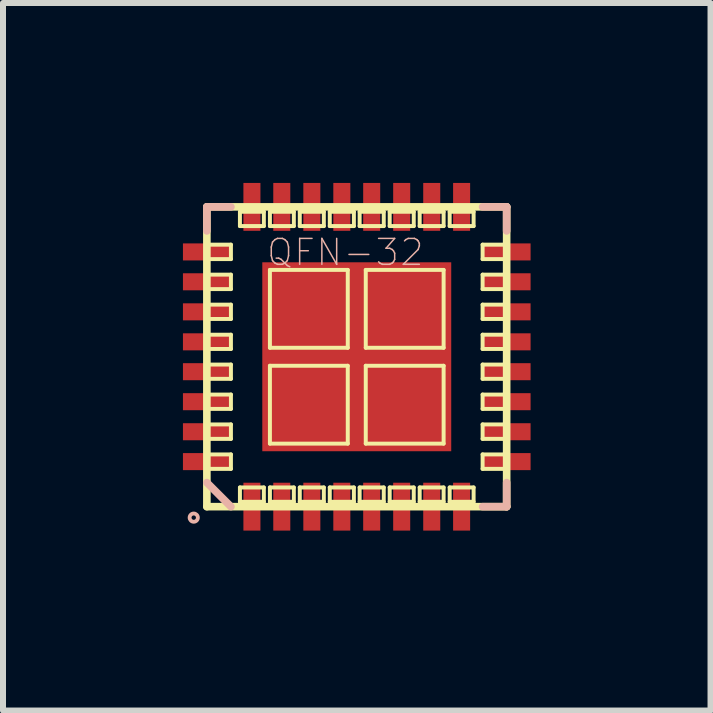
<source format=kicad_pcb>
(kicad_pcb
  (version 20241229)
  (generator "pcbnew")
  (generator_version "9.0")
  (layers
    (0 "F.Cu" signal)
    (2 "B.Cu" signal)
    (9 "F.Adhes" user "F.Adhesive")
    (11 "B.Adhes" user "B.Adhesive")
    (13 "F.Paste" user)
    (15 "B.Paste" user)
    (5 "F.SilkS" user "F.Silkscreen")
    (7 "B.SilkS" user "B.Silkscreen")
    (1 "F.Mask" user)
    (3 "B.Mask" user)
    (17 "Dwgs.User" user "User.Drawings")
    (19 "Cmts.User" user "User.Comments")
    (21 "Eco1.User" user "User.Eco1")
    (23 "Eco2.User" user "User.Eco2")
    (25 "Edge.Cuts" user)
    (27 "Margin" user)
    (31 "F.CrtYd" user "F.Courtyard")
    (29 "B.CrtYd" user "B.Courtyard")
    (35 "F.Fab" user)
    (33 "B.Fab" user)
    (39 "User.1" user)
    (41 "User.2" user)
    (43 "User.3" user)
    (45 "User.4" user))
  (footprint "QFN-32"
    (layer "F.Cu")
    (at 2.898 2.898)
    (property "Reference" "QFN-32" (at -0.191 -1.74 0) (layer "B.SilkS") (effects (font (size 0.432 0.432) (thickness 0.025))))
    (attr smd)
    (fp_line (start -2.499 -2.499) (end -2.499 2.499) (stroke (width 0.127) (type solid)) (layer "F.SilkS"))
    (fp_line (start -2.499 -1.869) (end -2.098 -1.869) (stroke (width 0.066) (type solid)) (layer "F.SilkS"))
    (fp_line (start -2.499 -1.628) (end -2.499 -1.869) (stroke (width 0.066) (type solid)) (layer "F.SilkS"))
    (fp_line (start -2.499 -1.628) (end -2.098 -1.628) (stroke (width 0.066) (type solid)) (layer "F.SilkS"))
    (fp_line (start -2.499 -1.369) (end -2.098 -1.369) (stroke (width 0.066) (type solid)) (layer "F.SilkS"))
    (fp_line (start -2.499 -1.128) (end -2.499 -1.369) (stroke (width 0.066) (type solid)) (layer "F.SilkS"))
    (fp_line (start -2.499 -1.128) (end -2.098 -1.128) (stroke (width 0.066) (type solid)) (layer "F.SilkS"))
    (fp_line (start -2.499 -0.869) (end -2.098 -0.869) (stroke (width 0.066) (type solid)) (layer "F.SilkS"))
    (fp_line (start -2.499 -0.63) (end -2.499 -0.869) (stroke (width 0.066) (type solid)) (layer "F.SilkS"))
    (fp_line (start -2.499 -0.63) (end -2.098 -0.63) (stroke (width 0.066) (type solid)) (layer "F.SilkS"))
    (fp_line (start -2.499 -0.368) (end -2.098 -0.368) (stroke (width 0.066) (type solid)) (layer "F.SilkS"))
    (fp_line (start -2.499 -0.13) (end -2.499 -0.368) (stroke (width 0.066) (type solid)) (layer "F.SilkS"))
    (fp_line (start -2.499 -0.13) (end -2.098 -0.13) (stroke (width 0.066) (type solid)) (layer "F.SilkS"))
    (fp_line (start -2.499 0.13) (end -2.098 0.13) (stroke (width 0.066) (type solid)) (layer "F.SilkS"))
    (fp_line (start -2.499 0.368) (end -2.499 0.13) (stroke (width 0.066) (type solid)) (layer "F.SilkS"))
    (fp_line (start -2.499 0.368) (end -2.098 0.368) (stroke (width 0.066) (type solid)) (layer "F.SilkS"))
    (fp_line (start -2.499 0.63) (end -2.098 0.63) (stroke (width 0.066) (type solid)) (layer "F.SilkS"))
    (fp_line (start -2.499 0.869) (end -2.499 0.63) (stroke (width 0.066) (type solid)) (layer "F.SilkS"))
    (fp_line (start -2.499 0.869) (end -2.098 0.869) (stroke (width 0.066) (type solid)) (layer "F.SilkS"))
    (fp_line (start -2.499 1.128) (end -2.098 1.128) (stroke (width 0.066) (type solid)) (layer "F.SilkS"))
    (fp_line (start -2.499 1.369) (end -2.499 1.128) (stroke (width 0.066) (type solid)) (layer "F.SilkS"))
    (fp_line (start -2.499 1.369) (end -2.098 1.369) (stroke (width 0.066) (type solid)) (layer "F.SilkS"))
    (fp_line (start -2.499 1.628) (end -2.098 1.628) (stroke (width 0.066) (type solid)) (layer "F.SilkS"))
    (fp_line (start -2.499 1.869) (end -2.499 1.628) (stroke (width 0.066) (type solid)) (layer "F.SilkS"))
    (fp_line (start -2.499 1.869) (end -2.098 1.869) (stroke (width 0.066) (type solid)) (layer "F.SilkS"))
    (fp_line (start -2.499 2.499) (end 2.499 2.499) (stroke (width 0.127) (type solid)) (layer "F.SilkS"))
    (fp_line (start -2.098 -1.628) (end -2.098 -1.869) (stroke (width 0.066) (type solid)) (layer "F.SilkS"))
    (fp_line (start -2.098 -1.128) (end -2.098 -1.369) (stroke (width 0.066) (type solid)) (layer "F.SilkS"))
    (fp_line (start -2.098 -0.63) (end -2.098 -0.869) (stroke (width 0.066) (type solid)) (layer "F.SilkS"))
    (fp_line (start -2.098 -0.13) (end -2.098 -0.368) (stroke (width 0.066) (type solid)) (layer "F.SilkS"))
    (fp_line (start -2.098 0.368) (end -2.098 0.13) (stroke (width 0.066) (type solid)) (layer "F.SilkS"))
    (fp_line (start -2.098 0.869) (end -2.098 0.63) (stroke (width 0.066) (type solid)) (layer "F.SilkS"))
    (fp_line (start -2.098 1.369) (end -2.098 1.128) (stroke (width 0.066) (type solid)) (layer "F.SilkS"))
    (fp_line (start -2.098 1.869) (end -2.098 1.628) (stroke (width 0.066) (type solid)) (layer "F.SilkS"))
    (fp_line (start -1.948 -2.418) (end -1.549 -2.418) (stroke (width 0.066) (type solid)) (layer "F.SilkS"))
    (fp_line (start -1.948 -2.179) (end -1.948 -2.418) (stroke (width 0.066) (type solid)) (layer "F.SilkS"))
    (fp_line (start -1.948 -2.179) (end -1.549 -2.179) (stroke (width 0.066) (type solid)) (layer "F.SilkS"))
    (fp_line (start -1.948 2.179) (end -1.549 2.179) (stroke (width 0.066) (type solid)) (layer "F.SilkS"))
    (fp_line (start -1.948 2.418) (end -1.948 2.179) (stroke (width 0.066) (type solid)) (layer "F.SilkS"))
    (fp_line (start -1.948 2.418) (end -1.549 2.418) (stroke (width 0.066) (type solid)) (layer "F.SilkS"))
    (fp_line (start -1.549 -2.179) (end -1.549 -2.418) (stroke (width 0.066) (type solid)) (layer "F.SilkS"))
    (fp_line (start -1.549 2.418) (end -1.549 2.179) (stroke (width 0.066) (type solid)) (layer "F.SilkS"))
    (fp_line (start -1.448 -2.418) (end -1.049 -2.418) (stroke (width 0.066) (type solid)) (layer "F.SilkS"))
    (fp_line (start -1.448 -2.179) (end -1.448 -2.418) (stroke (width 0.066) (type solid)) (layer "F.SilkS"))
    (fp_line (start -1.448 -2.179) (end -1.049 -2.179) (stroke (width 0.066) (type solid)) (layer "F.SilkS"))
    (fp_line (start -1.448 -1.448) (end -0.15 -1.448) (stroke (width 0.066) (type solid)) (layer "F.SilkS"))
    (fp_line (start -1.448 -0.15) (end -1.448 -1.448) (stroke (width 0.066) (type solid)) (layer "F.SilkS"))
    (fp_line (start -1.448 -0.15) (end -0.15 -0.15) (stroke (width 0.066) (type solid)) (layer "F.SilkS"))
    (fp_line (start -1.448 0.15) (end -0.15 0.15) (stroke (width 0.066) (type solid)) (layer "F.SilkS"))
    (fp_line (start -1.448 1.448) (end -1.448 0.15) (stroke (width 0.066) (type solid)) (layer "F.SilkS"))
    (fp_line (start -1.448 1.448) (end -0.15 1.448) (stroke (width 0.066) (type solid)) (layer "F.SilkS"))
    (fp_line (start -1.448 2.179) (end -1.049 2.179) (stroke (width 0.066) (type solid)) (layer "F.SilkS"))
    (fp_line (start -1.448 2.418) (end -1.448 2.179) (stroke (width 0.066) (type solid)) (layer "F.SilkS"))
    (fp_line (start -1.448 2.418) (end -1.049 2.418) (stroke (width 0.066) (type solid)) (layer "F.SilkS"))
    (fp_line (start -1.049 -2.179) (end -1.049 -2.418) (stroke (width 0.066) (type solid)) (layer "F.SilkS"))
    (fp_line (start -1.049 2.418) (end -1.049 2.179) (stroke (width 0.066) (type solid)) (layer "F.SilkS"))
    (fp_line (start -0.95 -2.418) (end -0.549 -2.418) (stroke (width 0.066) (type solid)) (layer "F.SilkS"))
    (fp_line (start -0.95 -2.179) (end -0.95 -2.418) (stroke (width 0.066) (type solid)) (layer "F.SilkS"))
    (fp_line (start -0.95 -2.179) (end -0.549 -2.179) (stroke (width 0.066) (type solid)) (layer "F.SilkS"))
    (fp_line (start -0.95 2.179) (end -0.549 2.179) (stroke (width 0.066) (type solid)) (layer "F.SilkS"))
    (fp_line (start -0.95 2.418) (end -0.95 2.179) (stroke (width 0.066) (type solid)) (layer "F.SilkS"))
    (fp_line (start -0.95 2.418) (end -0.549 2.418) (stroke (width 0.066) (type solid)) (layer "F.SilkS"))
    (fp_line (start -0.549 -2.179) (end -0.549 -2.418) (stroke (width 0.066) (type solid)) (layer "F.SilkS"))
    (fp_line (start -0.549 2.418) (end -0.549 2.179) (stroke (width 0.066) (type solid)) (layer "F.SilkS"))
    (fp_line (start -0.45 -2.418) (end -0.048 -2.418) (stroke (width 0.066) (type solid)) (layer "F.SilkS"))
    (fp_line (start -0.45 -2.179) (end -0.45 -2.418) (stroke (width 0.066) (type solid)) (layer "F.SilkS"))
    (fp_line (start -0.45 -2.179) (end -0.048 -2.179) (stroke (width 0.066) (type solid)) (layer "F.SilkS"))
    (fp_line (start -0.45 2.179) (end -0.048 2.179) (stroke (width 0.066) (type solid)) (layer "F.SilkS"))
    (fp_line (start -0.45 2.418) (end -0.45 2.179) (stroke (width 0.066) (type solid)) (layer "F.SilkS"))
    (fp_line (start -0.45 2.418) (end -0.048 2.418) (stroke (width 0.066) (type solid)) (layer "F.SilkS"))
    (fp_line (start -0.15 -0.15) (end -0.15 -1.448) (stroke (width 0.066) (type solid)) (layer "F.SilkS"))
    (fp_line (start -0.15 1.448) (end -0.15 0.15) (stroke (width 0.066) (type solid)) (layer "F.SilkS"))
    (fp_line (start -0.048 -2.179) (end -0.048 -2.418) (stroke (width 0.066) (type solid)) (layer "F.SilkS"))
    (fp_line (start -0.048 2.418) (end -0.048 2.179) (stroke (width 0.066) (type solid)) (layer "F.SilkS"))
    (fp_line (start 0.048 -2.418) (end 0.45 -2.418) (stroke (width 0.066) (type solid)) (layer "F.SilkS"))
    (fp_line (start 0.048 -2.179) (end 0.048 -2.418) (stroke (width 0.066) (type solid)) (layer "F.SilkS"))
    (fp_line (start 0.048 -2.179) (end 0.45 -2.179) (stroke (width 0.066) (type solid)) (layer "F.SilkS"))
    (fp_line (start 0.048 2.179) (end 0.45 2.179) (stroke (width 0.066) (type solid)) (layer "F.SilkS"))
    (fp_line (start 0.048 2.418) (end 0.048 2.179) (stroke (width 0.066) (type solid)) (layer "F.SilkS"))
    (fp_line (start 0.048 2.418) (end 0.45 2.418) (stroke (width 0.066) (type solid)) (layer "F.SilkS"))
    (fp_line (start 0.15 -1.448) (end 1.448 -1.448) (stroke (width 0.066) (type solid)) (layer "F.SilkS"))
    (fp_line (start 0.15 -0.15) (end 0.15 -1.448) (stroke (width 0.066) (type solid)) (layer "F.SilkS"))
    (fp_line (start 0.15 -0.15) (end 1.448 -0.15) (stroke (width 0.066) (type solid)) (layer "F.SilkS"))
    (fp_line (start 0.15 0.15) (end 1.448 0.15) (stroke (width 0.066) (type solid)) (layer "F.SilkS"))
    (fp_line (start 0.15 1.448) (end 0.15 0.15) (stroke (width 0.066) (type solid)) (layer "F.SilkS"))
    (fp_line (start 0.15 1.448) (end 1.448 1.448) (stroke (width 0.066) (type solid)) (layer "F.SilkS"))
    (fp_line (start 0.45 -2.179) (end 0.45 -2.418) (stroke (width 0.066) (type solid)) (layer "F.SilkS"))
    (fp_line (start 0.45 2.418) (end 0.45 2.179) (stroke (width 0.066) (type solid)) (layer "F.SilkS"))
    (fp_line (start 0.549 -2.418) (end 0.95 -2.418) (stroke (width 0.066) (type solid)) (layer "F.SilkS"))
    (fp_line (start 0.549 -2.179) (end 0.549 -2.418) (stroke (width 0.066) (type solid)) (layer "F.SilkS"))
    (fp_line (start 0.549 -2.179) (end 0.95 -2.179) (stroke (width 0.066) (type solid)) (layer "F.SilkS"))
    (fp_line (start 0.549 2.179) (end 0.95 2.179) (stroke (width 0.066) (type solid)) (layer "F.SilkS"))
    (fp_line (start 0.549 2.418) (end 0.549 2.179) (stroke (width 0.066) (type solid)) (layer "F.SilkS"))
    (fp_line (start 0.549 2.418) (end 0.95 2.418) (stroke (width 0.066) (type solid)) (layer "F.SilkS"))
    (fp_line (start 0.95 -2.179) (end 0.95 -2.418) (stroke (width 0.066) (type solid)) (layer "F.SilkS"))
    (fp_line (start 0.95 2.418) (end 0.95 2.179) (stroke (width 0.066) (type solid)) (layer "F.SilkS"))
    (fp_line (start 1.049 -2.418) (end 1.448 -2.418) (stroke (width 0.066) (type solid)) (layer "F.SilkS"))
    (fp_line (start 1.049 -2.179) (end 1.049 -2.418) (stroke (width 0.066) (type solid)) (layer "F.SilkS"))
    (fp_line (start 1.049 -2.179) (end 1.448 -2.179) (stroke (width 0.066) (type solid)) (layer "F.SilkS"))
    (fp_line (start 1.049 2.179) (end 1.448 2.179) (stroke (width 0.066) (type solid)) (layer "F.SilkS"))
    (fp_line (start 1.049 2.418) (end 1.049 2.179) (stroke (width 0.066) (type solid)) (layer "F.SilkS"))
    (fp_line (start 1.049 2.418) (end 1.448 2.418) (stroke (width 0.066) (type solid)) (layer "F.SilkS"))
    (fp_line (start 1.448 -2.179) (end 1.448 -2.418) (stroke (width 0.066) (type solid)) (layer "F.SilkS"))
    (fp_line (start 1.448 -0.15) (end 1.448 -1.448) (stroke (width 0.066) (type solid)) (layer "F.SilkS"))
    (fp_line (start 1.448 1.448) (end 1.448 0.15) (stroke (width 0.066) (type solid)) (layer "F.SilkS"))
    (fp_line (start 1.448 2.418) (end 1.448 2.179) (stroke (width 0.066) (type solid)) (layer "F.SilkS"))
    (fp_line (start 1.549 -2.418) (end 1.948 -2.418) (stroke (width 0.066) (type solid)) (layer "F.SilkS"))
    (fp_line (start 1.549 -2.179) (end 1.549 -2.418) (stroke (width 0.066) (type solid)) (layer "F.SilkS"))
    (fp_line (start 1.549 -2.179) (end 1.948 -2.179) (stroke (width 0.066) (type solid)) (layer "F.SilkS"))
    (fp_line (start 1.549 2.179) (end 1.948 2.179) (stroke (width 0.066) (type solid)) (layer "F.SilkS"))
    (fp_line (start 1.549 2.418) (end 1.549 2.179) (stroke (width 0.066) (type solid)) (layer "F.SilkS"))
    (fp_line (start 1.549 2.418) (end 1.948 2.418) (stroke (width 0.066) (type solid)) (layer "F.SilkS"))
    (fp_line (start 1.948 -2.179) (end 1.948 -2.418) (stroke (width 0.066) (type solid)) (layer "F.SilkS"))
    (fp_line (start 1.948 2.418) (end 1.948 2.179) (stroke (width 0.066) (type solid)) (layer "F.SilkS"))
    (fp_line (start 2.098 -1.869) (end 2.499 -1.869) (stroke (width 0.066) (type solid)) (layer "F.SilkS"))
    (fp_line (start 2.098 -1.628) (end 2.098 -1.869) (stroke (width 0.066) (type solid)) (layer "F.SilkS"))
    (fp_line (start 2.098 -1.628) (end 2.499 -1.628) (stroke (width 0.066) (type solid)) (layer "F.SilkS"))
    (fp_line (start 2.098 -1.369) (end 2.499 -1.369) (stroke (width 0.066) (type solid)) (layer "F.SilkS"))
    (fp_line (start 2.098 -1.128) (end 2.098 -1.369) (stroke (width 0.066) (type solid)) (layer "F.SilkS"))
    (fp_line (start 2.098 -1.128) (end 2.499 -1.128) (stroke (width 0.066) (type solid)) (layer "F.SilkS"))
    (fp_line (start 2.098 -0.869) (end 2.499 -0.869) (stroke (width 0.066) (type solid)) (layer "F.SilkS"))
    (fp_line (start 2.098 -0.63) (end 2.098 -0.869) (stroke (width 0.066) (type solid)) (layer "F.SilkS"))
    (fp_line (start 2.098 -0.63) (end 2.499 -0.63) (stroke (width 0.066) (type solid)) (layer "F.SilkS"))
    (fp_line (start 2.098 -0.368) (end 2.499 -0.368) (stroke (width 0.066) (type solid)) (layer "F.SilkS"))
    (fp_line (start 2.098 -0.13) (end 2.098 -0.368) (stroke (width 0.066) (type solid)) (layer "F.SilkS"))
    (fp_line (start 2.098 -0.13) (end 2.499 -0.13) (stroke (width 0.066) (type solid)) (layer "F.SilkS"))
    (fp_line (start 2.098 0.13) (end 2.499 0.13) (stroke (width 0.066) (type solid)) (layer "F.SilkS"))
    (fp_line (start 2.098 0.368) (end 2.098 0.13) (stroke (width 0.066) (type solid)) (layer "F.SilkS"))
    (fp_line (start 2.098 0.368) (end 2.499 0.368) (stroke (width 0.066) (type solid)) (layer "F.SilkS"))
    (fp_line (start 2.098 0.63) (end 2.499 0.63) (stroke (width 0.066) (type solid)) (layer "F.SilkS"))
    (fp_line (start 2.098 0.869) (end 2.098 0.63) (stroke (width 0.066) (type solid)) (layer "F.SilkS"))
    (fp_line (start 2.098 0.869) (end 2.499 0.869) (stroke (width 0.066) (type solid)) (layer "F.SilkS"))
    (fp_line (start 2.098 1.128) (end 2.499 1.128) (stroke (width 0.066) (type solid)) (layer "F.SilkS"))
    (fp_line (start 2.098 1.369) (end 2.098 1.128) (stroke (width 0.066) (type solid)) (layer "F.SilkS"))
    (fp_line (start 2.098 1.369) (end 2.499 1.369) (stroke (width 0.066) (type solid)) (layer "F.SilkS"))
    (fp_line (start 2.098 1.628) (end 2.499 1.628) (stroke (width 0.066) (type solid)) (layer "F.SilkS"))
    (fp_line (start 2.098 1.869) (end 2.098 1.628) (stroke (width 0.066) (type solid)) (layer "F.SilkS"))
    (fp_line (start 2.098 1.869) (end 2.499 1.869) (stroke (width 0.066) (type solid)) (layer "F.SilkS"))
    (fp_line (start 2.499 -2.499) (end -2.499 -2.499) (stroke (width 0.127) (type solid)) (layer "F.SilkS"))
    (fp_line (start 2.499 -1.628) (end 2.499 -1.869) (stroke (width 0.066) (type solid)) (layer "F.SilkS"))
    (fp_line (start 2.499 -1.128) (end 2.499 -1.369) (stroke (width 0.066) (type solid)) (layer "F.SilkS"))
    (fp_line (start 2.499 -0.63) (end 2.499 -0.869) (stroke (width 0.066) (type solid)) (layer "F.SilkS"))
    (fp_line (start 2.499 -0.13) (end 2.499 -0.368) (stroke (width 0.066) (type solid)) (layer "F.SilkS"))
    (fp_line (start 2.499 0.368) (end 2.499 0.13) (stroke (width 0.066) (type solid)) (layer "F.SilkS"))
    (fp_line (start 2.499 0.869) (end 2.499 0.63) (stroke (width 0.066) (type solid)) (layer "F.SilkS"))
    (fp_line (start 2.499 1.369) (end 2.499 1.128) (stroke (width 0.066) (type solid)) (layer "F.SilkS"))
    (fp_line (start 2.499 1.869) (end 2.499 1.628) (stroke (width 0.066) (type solid)) (layer "F.SilkS"))
    (fp_line (start 2.499 2.499) (end 2.499 -2.499) (stroke (width 0.127) (type solid)) (layer "F.SilkS"))
    (fp_line (start -2.499 -2.499) (end -2.098 -2.499) (stroke (width 0.127) (type solid)) (layer "B.SilkS"))
    (fp_line (start -2.499 -2.098) (end -2.499 -2.499) (stroke (width 0.127) (type solid)) (layer "B.SilkS"))
    (fp_line (start -2.499 2.098) (end -2.098 2.499) (stroke (width 0.127) (type solid)) (layer "B.SilkS"))
    (fp_line (start 2.098 -2.499) (end 2.499 -2.499) (stroke (width 0.127) (type solid)) (layer "B.SilkS"))
    (fp_line (start 2.499 -2.499) (end 2.499 -2.098) (stroke (width 0.127) (type solid)) (layer "B.SilkS"))
    (fp_line (start 2.499 2.098) (end 2.499 2.499) (stroke (width 0.127) (type solid)) (layer "B.SilkS"))
    (fp_line (start 2.499 2.499) (end 2.098 2.499) (stroke (width 0.127) (type solid)) (layer "B.SilkS"))
    (fp_circle (center -2.718 2.682) (end -2.766 2.731) (stroke (width 0.064) (type solid)) (fill no) (layer "B.SilkS"))
    (pad "1" smd rect (at -1.748 2.499 90) (size 0.798 0.284) (layers "F.Cu" "F.Mask" "F.Paste"))
    (pad "2" smd rect (at -1.25 2.499 90) (size 0.798 0.284) (layers "F.Cu" "F.Mask" "F.Paste"))
    (pad "3" smd rect (at -0.749 2.499 90) (size 0.798 0.284) (layers "F.Cu" "F.Mask" "F.Paste"))
    (pad "4" smd rect (at -0.249 2.499 90) (size 0.798 0.284) (layers "F.Cu" "F.Mask" "F.Paste"))
    (pad "5" smd rect (at 0.249 2.499 90) (size 0.798 0.284) (layers "F.Cu" "F.Mask" "F.Paste"))
    (pad "6" smd rect (at 0.749 2.499 90) (size 0.798 0.284) (layers "F.Cu" "F.Mask" "F.Paste"))
    (pad "7" smd rect (at 1.25 2.499 90) (size 0.798 0.284) (layers "F.Cu" "F.Mask" "F.Paste"))
    (pad "8" smd rect (at 1.748 2.499 90) (size 0.798 0.284) (layers "F.Cu" "F.Mask" "F.Paste"))
    (pad "9" smd rect (at 2.499 1.748 180) (size 0.798 0.284) (layers "F.Cu" "F.Mask" "F.Paste"))
    (pad "10" smd rect (at 2.499 1.25 180) (size 0.798 0.284) (layers "F.Cu" "F.Mask" "F.Paste"))
    (pad "11" smd rect (at 2.499 0.749 180) (size 0.798 0.284) (layers "F.Cu" "F.Mask" "F.Paste"))
    (pad "12" smd rect (at 2.499 0.249 180) (size 0.798 0.284) (layers "F.Cu" "F.Mask" "F.Paste"))
    (pad "13" smd rect (at 2.499 -0.249 180) (size 0.798 0.284) (layers "F.Cu" "F.Mask" "F.Paste"))
    (pad "14" smd rect (at 2.499 -0.749 180) (size 0.798 0.284) (layers "F.Cu" "F.Mask" "F.Paste"))
    (pad "15" smd rect (at 2.499 -1.25 180) (size 0.798 0.284) (layers "F.Cu" "F.Mask" "F.Paste"))
    (pad "16" smd rect (at 2.499 -1.748 180) (size 0.798 0.284) (layers "F.Cu" "F.Mask" "F.Paste"))
    (pad "17" smd rect (at 1.748 -2.499 270) (size 0.798 0.284) (layers "F.Cu" "F.Mask" "F.Paste"))
    (pad "18" smd rect (at 1.25 -2.499 270) (size 0.798 0.284) (layers "F.Cu" "F.Mask" "F.Paste"))
    (pad "19" smd rect (at 0.749 -2.499 270) (size 0.798 0.284) (layers "F.Cu" "F.Mask" "F.Paste"))
    (pad "20" smd rect (at 0.249 -2.499 270) (size 0.798 0.284) (layers "F.Cu" "F.Mask" "F.Paste"))
    (pad "21" smd rect (at -0.249 -2.499 270) (size 0.798 0.284) (layers "F.Cu" "F.Mask" "F.Paste"))
    (pad "22" smd rect (at -0.749 -2.499 270) (size 0.798 0.284) (layers "F.Cu" "F.Mask" "F.Paste"))
    (pad "23" smd rect (at -1.25 -2.499 270) (size 0.798 0.284) (layers "F.Cu" "F.Mask" "F.Paste"))
    (pad "24" smd rect (at -1.748 -2.499 270) (size 0.798 0.284) (layers "F.Cu" "F.Mask" "F.Paste"))
    (pad "25" smd rect (at -2.499 -1.748) (size 0.798 0.284) (layers "F.Cu" "F.Mask" "F.Paste"))
    (pad "26" smd rect (at -2.499 -1.25) (size 0.798 0.284) (layers "F.Cu" "F.Mask" "F.Paste"))
    (pad "27" smd rect (at -2.499 -0.749) (size 0.798 0.284) (layers "F.Cu" "F.Mask" "F.Paste"))
    (pad "28" smd rect (at -2.499 -0.249) (size 0.798 0.284) (layers "F.Cu" "F.Mask" "F.Paste"))
    (pad "29" smd rect (at -2.499 0.249) (size 0.798 0.284) (layers "F.Cu" "F.Mask" "F.Paste"))
    (pad "30" smd rect (at -2.499 0.749) (size 0.798 0.284) (layers "F.Cu" "F.Mask" "F.Paste"))
    (pad "31" smd rect (at -2.499 1.25) (size 0.798 0.284) (layers "F.Cu" "F.Mask" "F.Paste"))
    (pad "32" smd rect (at -2.499 1.748) (size 0.798 0.284) (layers "F.Cu" "F.Mask" "F.Paste"))
    (pad "EP" smd rect (at 0 0) (size 3.15 3.15) (layers "F.Cu" "F.Mask" "F.Paste")))
  (gr_rect
    (start -3 -3)
    (end 8.796 8.796)
    (stroke (width 0.1) (type default))
    (fill no)
    (layer "Edge.Cuts")))
</source>
